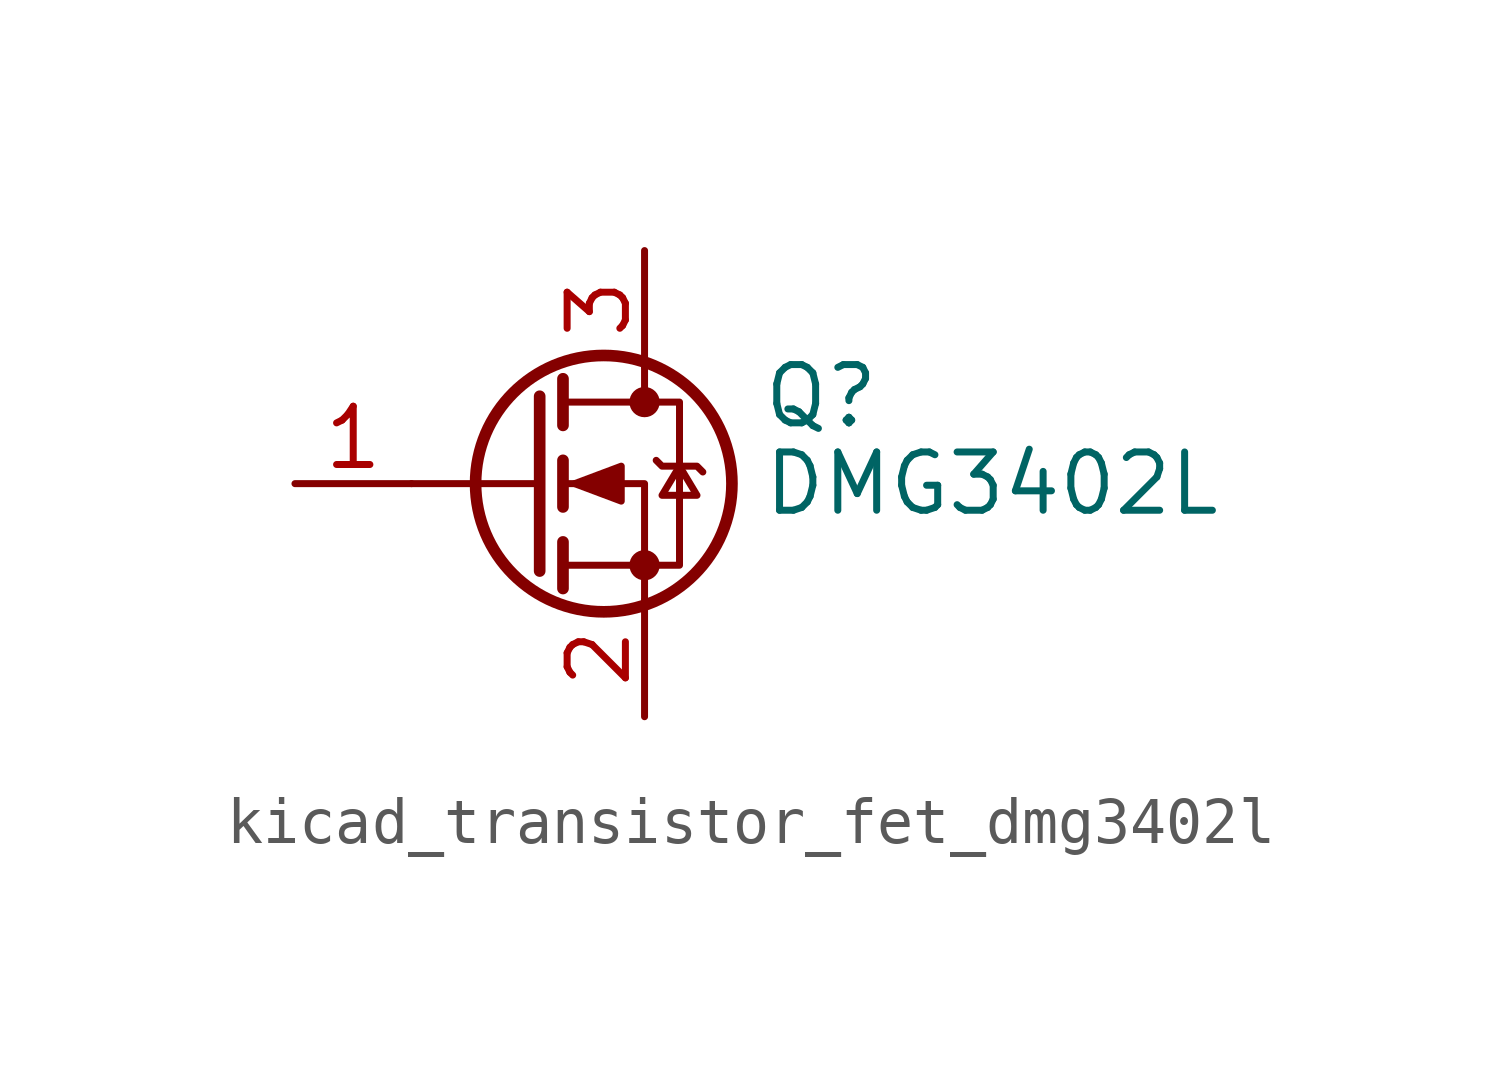
<source format=kicad_sym>
(kicad_symbol_lib
  (version 20220914)
  (generator kicad_symbol_editor)
  (symbol "kicad_transistor_fet_dmg3402l"
    (pin_names hide)
    (property "Reference" "Q"
      (at 5.08 1.905 0)
      (effects (font (size 1.27 1.27)) (justify left)))
    (property "Value" "DMG3402L"
      (at 5.08 0 0)
      (effects (font (size 1.27 1.27)) (justify left)))
    (symbol "kicad_transistor_fet_dmg3402l_0_1"
      (polyline (pts (xy 0.254 0) (xy -2.54 0)) (stroke (width 0) (type default)) (fill (type none)))
      (polyline (pts (xy 0.254 1.905) (xy 0.254 -1.905)) (stroke (width 0.254) (type default)) (fill (type none)))
      (polyline (pts (xy 0.762 -1.27) (xy 0.762 -2.286)) (stroke (width 0.254) (type default)) (fill (type none)))
      (polyline (pts (xy 0.762 0.508) (xy 0.762 -0.508)) (stroke (width 0.254) (type default)) (fill (type none)))
      (polyline (pts (xy 0.762 2.286) (xy 0.762 1.27)) (stroke (width 0.254) (type default)) (fill (type none)))
      (polyline (pts (xy 2.54 2.54) (xy 2.54 1.778)) (stroke (width 0) (type default)) (fill (type none)))
      (polyline (pts (xy 2.54 -2.54) (xy 2.54 0) (xy 0.762 0)) (stroke (width 0) (type default)) (fill (type none)))
      (polyline (pts (xy 0.762 -1.778) (xy 3.302 -1.778) (xy 3.302 1.778) (xy 0.762 1.778)) (stroke (width 0) (type default)) (fill (type none)))
      (polyline (pts (xy 1.016 0) (xy 2.032 0.381) (xy 2.032 -0.381) (xy 1.016 0)) (stroke (width 0) (type default)) (fill (type outline)))
      (polyline (pts (xy 2.794 0.508) (xy 2.921 0.381) (xy 3.683 0.381) (xy 3.81 0.254)) (stroke (width 0) (type default)) (fill (type none)))
      (polyline (pts (xy 3.302 0.381) (xy 2.921 -0.254) (xy 3.683 -0.254) (xy 3.302 0.381)) (stroke (width 0) (type default)) (fill (type none)))
      (circle (center 1.651 0) (radius 2.794) (stroke (width 0.254) (type default)) (fill (type none)))
      (circle (center 2.54 -1.778) (radius 0.254) (stroke (width 0) (type default)) (fill (type outline)))
      (circle (center 2.54 1.778) (radius 0.254) (stroke (width 0) (type default)) (fill (type outline))))
    (symbol "kicad_transistor_fet_dmg3402l_1_1"
      (pin input line (at -5.08 0 0) (length 2.54) (name "G" (effects (font (size 1.27 1.27)))) (number "1" (effects (font (size 1.27 1.27)))))
      (pin passive line (at 2.54 -5.08 90) (length 2.54) (name "S" (effects (font (size 1.27 1.27)))) (number "2" (effects (font (size 1.27 1.27)))))
      (pin passive line (at 2.54 5.08 270) (length 2.54) (name "D" (effects (font (size 1.27 1.27)))) (number "3" (effects (font (size 1.27 1.27))))))))
</source>
